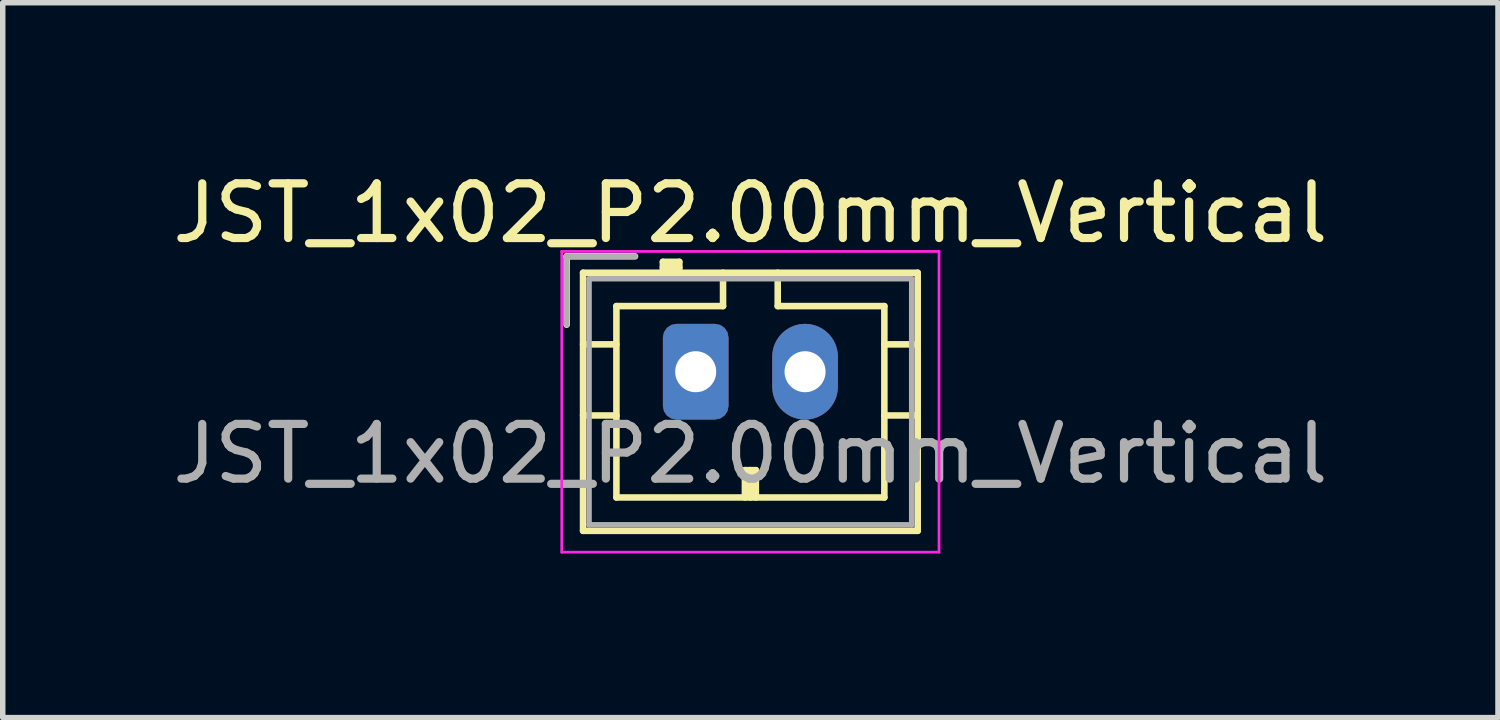
<source format=kicad_pcb>
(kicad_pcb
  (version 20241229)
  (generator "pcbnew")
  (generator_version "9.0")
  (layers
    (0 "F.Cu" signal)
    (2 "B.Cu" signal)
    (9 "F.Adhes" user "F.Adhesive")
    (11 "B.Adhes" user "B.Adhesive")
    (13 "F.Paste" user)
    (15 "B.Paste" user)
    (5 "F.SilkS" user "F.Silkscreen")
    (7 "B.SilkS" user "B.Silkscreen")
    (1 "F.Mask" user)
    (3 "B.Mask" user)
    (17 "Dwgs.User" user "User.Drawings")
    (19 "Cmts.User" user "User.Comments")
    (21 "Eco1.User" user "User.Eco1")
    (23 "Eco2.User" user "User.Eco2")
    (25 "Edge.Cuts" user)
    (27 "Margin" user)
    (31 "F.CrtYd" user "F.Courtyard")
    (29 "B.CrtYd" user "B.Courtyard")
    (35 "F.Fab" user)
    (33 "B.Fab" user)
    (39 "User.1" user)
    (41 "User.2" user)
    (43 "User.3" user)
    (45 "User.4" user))
  (footprint "JST_1x02_P2.00mm_Vertical"
    (layer "F.Cu")
    (at 9.673 3.748)
    (property "Reference" "JST_1x02_P2.00mm_Vertical" (at 1 -2.9 0) (layer "F.SilkS") (effects (font (size 1 1) (thickness 0.15))))
    (attr through_hole)
    (fp_line (start -2.36 -2.11) (end -2.36 -0.86) (stroke (width 0.12) (type solid)) (layer "F.SilkS"))
    (fp_line (start -2.06 -1.81) (end -2.06 2.91) (stroke (width 0.12) (type solid)) (layer "F.SilkS"))
    (fp_line (start -2.06 -0.5) (end -1.45 -0.5) (stroke (width 0.12) (type solid)) (layer "F.SilkS"))
    (fp_line (start -2.06 0.8) (end -1.45 0.8) (stroke (width 0.12) (type solid)) (layer "F.SilkS"))
    (fp_line (start -2.06 2.91) (end 4.06 2.91) (stroke (width 0.12) (type solid)) (layer "F.SilkS"))
    (fp_line (start -1.45 -1.2) (end -1.45 2.3) (stroke (width 0.12) (type solid)) (layer "F.SilkS"))
    (fp_line (start -1.45 2.3) (end 3.45 2.3) (stroke (width 0.12) (type solid)) (layer "F.SilkS"))
    (fp_line (start -1.11 -2.11) (end -2.36 -2.11) (stroke (width 0.12) (type solid)) (layer "F.SilkS"))
    (fp_line (start -0.6 -2.01) (end -0.6 -1.81) (stroke (width 0.12) (type solid)) (layer "F.SilkS"))
    (fp_line (start -0.3 -2.01) (end -0.6 -2.01) (stroke (width 0.12) (type solid)) (layer "F.SilkS"))
    (fp_line (start -0.3 -1.91) (end -0.6 -1.91) (stroke (width 0.12) (type solid)) (layer "F.SilkS"))
    (fp_line (start -0.3 -1.81) (end -0.3 -2.01) (stroke (width 0.12) (type solid)) (layer "F.SilkS"))
    (fp_line (start 0.5 -1.81) (end 0.5 -1.2) (stroke (width 0.12) (type solid)) (layer "F.SilkS"))
    (fp_line (start 0.5 -1.2) (end -1.45 -1.2) (stroke (width 0.12) (type solid)) (layer "F.SilkS"))
    (fp_line (start 0.9 1.8) (end 1.1 1.8) (stroke (width 0.12) (type solid)) (layer "F.SilkS"))
    (fp_line (start 0.9 2.3) (end 0.9 1.8) (stroke (width 0.12) (type solid)) (layer "F.SilkS"))
    (fp_line (start 1 2.3) (end 1 1.8) (stroke (width 0.12) (type solid)) (layer "F.SilkS"))
    (fp_line (start 1.1 1.8) (end 1.1 2.3) (stroke (width 0.12) (type solid)) (layer "F.SilkS"))
    (fp_line (start 1.5 -1.2) (end 1.5 -1.81) (stroke (width 0.12) (type solid)) (layer "F.SilkS"))
    (fp_line (start 3.45 -1.2) (end 1.5 -1.2) (stroke (width 0.12) (type solid)) (layer "F.SilkS"))
    (fp_line (start 3.45 2.3) (end 3.45 -1.2) (stroke (width 0.12) (type solid)) (layer "F.SilkS"))
    (fp_line (start 4.06 -1.81) (end -2.06 -1.81) (stroke (width 0.12) (type solid)) (layer "F.SilkS"))
    (fp_line (start 4.06 -0.5) (end 3.45 -0.5) (stroke (width 0.12) (type solid)) (layer "F.SilkS"))
    (fp_line (start 4.06 0.8) (end 3.45 0.8) (stroke (width 0.12) (type solid)) (layer "F.SilkS"))
    (fp_line (start 4.06 2.91) (end 4.06 -1.81) (stroke (width 0.12) (type solid)) (layer "F.SilkS"))
    (fp_line (start -2.45 -2.2) (end -2.45 3.3) (stroke (width 0.05) (type solid)) (layer "F.CrtYd"))
    (fp_line (start -2.45 3.3) (end 4.45 3.3) (stroke (width 0.05) (type solid)) (layer "F.CrtYd"))
    (fp_line (start 4.45 -2.2) (end -2.45 -2.2) (stroke (width 0.05) (type solid)) (layer "F.CrtYd"))
    (fp_line (start 4.45 3.3) (end 4.45 -2.2) (stroke (width 0.05) (type solid)) (layer "F.CrtYd"))
    (fp_line (start -2.36 -2.11) (end -2.36 -0.86) (stroke (width 0.1) (type solid)) (layer "F.Fab"))
    (fp_line (start -1.95 -1.7) (end -1.95 2.8) (stroke (width 0.1) (type solid)) (layer "F.Fab"))
    (fp_line (start -1.95 2.8) (end 3.95 2.8) (stroke (width 0.1) (type solid)) (layer "F.Fab"))
    (fp_line (start -1.11 -2.11) (end -2.36 -2.11) (stroke (width 0.1) (type solid)) (layer "F.Fab"))
    (fp_line (start 3.95 -1.7) (end -1.95 -1.7) (stroke (width 0.1) (type solid)) (layer "F.Fab"))
    (fp_line (start 3.95 2.8) (end 3.95 -1.7) (stroke (width 0.1) (type solid)) (layer "F.Fab"))
    (fp_text user "${REFERENCE}" (at 1 1.5 0) (layer "F.Fab") (effects (font (size 1 1) (thickness 0.15))))
    (pad "1" thru_hole roundrect (at 0 0) (size 1.2 1.75) (drill 0.75) (layers "*.Cu" "*.Mask") (roundrect_rratio 0.208))
    (pad "2" thru_hole oval (at 2 0) (size 1.2 1.75) (drill 0.75) (layers "*.Cu" "*.Mask")))
  (gr_rect
    (start -3 -3)
    (end 24.345 10.073)
    (stroke (width 0.1) (type default))
    (fill no)
    (layer "Edge.Cuts")))
</source>
